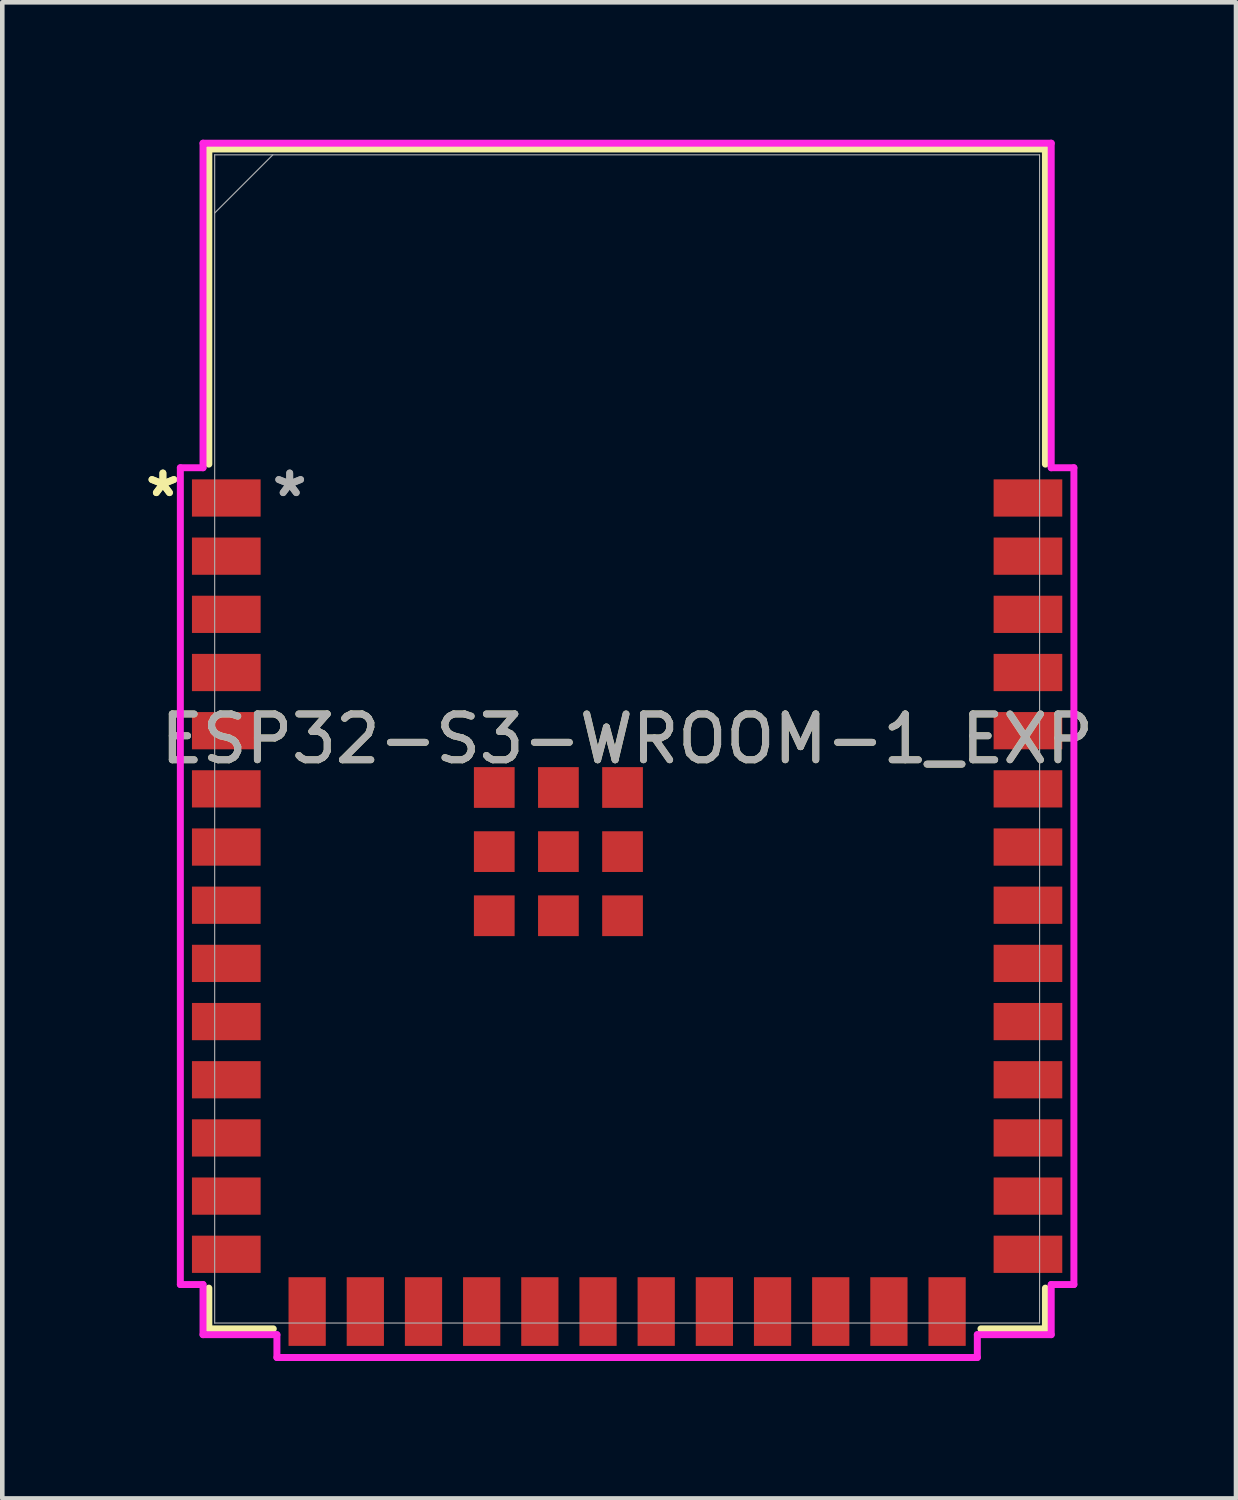
<source format=kicad_pcb>
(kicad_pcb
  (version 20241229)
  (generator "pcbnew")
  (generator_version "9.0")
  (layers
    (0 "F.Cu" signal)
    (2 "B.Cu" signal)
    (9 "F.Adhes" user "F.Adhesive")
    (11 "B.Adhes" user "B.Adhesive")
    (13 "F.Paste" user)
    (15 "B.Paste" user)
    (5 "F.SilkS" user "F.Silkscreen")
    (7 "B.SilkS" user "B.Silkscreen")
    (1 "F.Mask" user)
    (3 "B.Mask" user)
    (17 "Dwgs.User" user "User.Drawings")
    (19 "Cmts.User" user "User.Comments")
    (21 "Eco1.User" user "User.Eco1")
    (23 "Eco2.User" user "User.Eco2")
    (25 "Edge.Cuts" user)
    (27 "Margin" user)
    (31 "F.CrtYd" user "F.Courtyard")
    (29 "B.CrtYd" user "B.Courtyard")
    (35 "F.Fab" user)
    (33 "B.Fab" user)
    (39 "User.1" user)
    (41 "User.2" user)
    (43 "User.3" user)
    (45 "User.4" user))
  (footprint "ESP32-S3-WROOM-1_EXP"
    (layer "F.Cu")
    (at 10.64 13.081)
    (property "Reference" "ESP32-S3-WROOM-1_EXP" (at 0 0 0) (unlocked yes) (layer "F.SilkS") (effects (font (size 1 1) (thickness 0.15))))
    (attr smd)
    (fp_line (start -9.131 -12.878) (end -9.131 -5.999) (stroke (width 0.152) (type solid)) (layer "F.SilkS"))
    (fp_line (start -9.131 11.989) (end -9.131 12.878) (stroke (width 0.152) (type solid)) (layer "F.SilkS"))
    (fp_line (start -9.131 12.878) (end -7.724 12.878) (stroke (width 0.152) (type solid)) (layer "F.SilkS"))
    (fp_line (start 7.724 12.878) (end 9.131 12.878) (stroke (width 0.152) (type solid)) (layer "F.SilkS"))
    (fp_line (start 9.131 -12.878) (end -9.131 -12.878) (stroke (width 0.152) (type solid)) (layer "F.SilkS"))
    (fp_line (start 9.131 -5.999) (end 9.131 -12.878) (stroke (width 0.152) (type solid)) (layer "F.SilkS"))
    (fp_line (start 9.131 12.878) (end 9.131 11.989) (stroke (width 0.152) (type solid)) (layer "F.SilkS"))
    (fp_line (start -9.753 -5.92) (end -9.753 11.91) (stroke (width 0.152) (type solid)) (layer "F.CrtYd"))
    (fp_line (start -9.753 11.91) (end -9.258 11.91) (stroke (width 0.152) (type solid)) (layer "F.CrtYd"))
    (fp_line (start -9.258 -13.005) (end -9.258 -5.92) (stroke (width 0.152) (type solid)) (layer "F.CrtYd"))
    (fp_line (start -9.258 -5.92) (end -9.753 -5.92) (stroke (width 0.152) (type solid)) (layer "F.CrtYd"))
    (fp_line (start -9.258 11.91) (end -9.258 13.005) (stroke (width 0.152) (type solid)) (layer "F.CrtYd"))
    (fp_line (start -9.258 13.005) (end -7.645 13.005) (stroke (width 0.152) (type solid)) (layer "F.CrtYd"))
    (fp_line (start -7.645 13.005) (end -7.645 13.503) (stroke (width 0.152) (type solid)) (layer "F.CrtYd"))
    (fp_line (start -7.645 13.503) (end 7.645 13.503) (stroke (width 0.152) (type solid)) (layer "F.CrtYd"))
    (fp_line (start 7.645 13.005) (end 9.258 13.005) (stroke (width 0.152) (type solid)) (layer "F.CrtYd"))
    (fp_line (start 7.645 13.503) (end 7.645 13.005) (stroke (width 0.152) (type solid)) (layer "F.CrtYd"))
    (fp_line (start 9.258 -13.005) (end -9.258 -13.005) (stroke (width 0.152) (type solid)) (layer "F.CrtYd"))
    (fp_line (start 9.258 -5.92) (end 9.258 -13.005) (stroke (width 0.152) (type solid)) (layer "F.CrtYd"))
    (fp_line (start 9.258 11.91) (end 9.753 11.91) (stroke (width 0.152) (type solid)) (layer "F.CrtYd"))
    (fp_line (start 9.258 13.005) (end 9.258 11.91) (stroke (width 0.152) (type solid)) (layer "F.CrtYd"))
    (fp_line (start 9.753 -5.92) (end 9.258 -5.92) (stroke (width 0.152) (type solid)) (layer "F.CrtYd"))
    (fp_line (start 9.753 11.91) (end 9.753 -5.92) (stroke (width 0.152) (type solid)) (layer "F.CrtYd"))
    (fp_line (start -9.004 -12.751) (end -9.004 12.751) (stroke (width 0.025) (type solid)) (layer "F.Fab"))
    (fp_line (start -9.004 -11.481) (end -7.734 -12.751) (stroke (width 0.025) (type solid)) (layer "F.Fab"))
    (fp_line (start -9.004 12.751) (end 9.004 12.751) (stroke (width 0.025) (type solid)) (layer "F.Fab"))
    (fp_line (start 9.004 -12.751) (end -9.004 -12.751) (stroke (width 0.025) (type solid)) (layer "F.Fab"))
    (fp_line (start 9.004 12.751) (end 9.004 -12.751) (stroke (width 0.025) (type solid)) (layer "F.Fab"))
    (fp_text user "*" (at -10.134 -5.26 0) (layer "F.SilkS") (effects (font (size 1 1) (thickness 0.15))))
    (fp_text user "*" (at -10.134 -5.26 0) (unlocked yes) (layer "F.SilkS") (effects (font (size 1 1) (thickness 0.15))))
    (fp_text user "*" (at -7.366 -5.26 0) (layer "F.Fab") (effects (font (size 1 1) (thickness 0.15))))
    (fp_text user "${REFERENCE}" (at 0 0 0) (unlocked yes) (layer "F.Fab") (effects (font (size 1 1) (thickness 0.15))))
    (fp_text user "*" (at -7.366 -5.26 0) (unlocked yes) (layer "F.Fab") (effects (font (size 1 1) (thickness 0.15))))
    (pad "1" smd rect (at -8.75 -5.26) (size 1.499 0.813) (layers "F.Cu" "F.Mask" "F.Paste"))
    (pad "2" smd rect (at -8.75 -3.99) (size 1.499 0.813) (layers "F.Cu" "F.Mask" "F.Paste"))
    (pad "3" smd rect (at -8.75 -2.72) (size 1.499 0.813) (layers "F.Cu" "F.Mask" "F.Paste"))
    (pad "4" smd rect (at -8.75 -1.45) (size 1.499 0.813) (layers "F.Cu" "F.Mask" "F.Paste"))
    (pad "5" smd rect (at -8.75 -0.18) (size 1.499 0.813) (layers "F.Cu" "F.Mask" "F.Paste"))
    (pad "6" smd rect (at -8.75 1.09) (size 1.499 0.813) (layers "F.Cu" "F.Mask" "F.Paste"))
    (pad "7" smd rect (at -8.75 2.36) (size 1.499 0.813) (layers "F.Cu" "F.Mask" "F.Paste"))
    (pad "8" smd rect (at -8.75 3.63) (size 1.499 0.813) (layers "F.Cu" "F.Mask" "F.Paste"))
    (pad "9" smd rect (at -8.75 4.9) (size 1.499 0.813) (layers "F.Cu" "F.Mask" "F.Paste"))
    (pad "10" smd rect (at -8.75 6.17) (size 1.499 0.813) (layers "F.Cu" "F.Mask" "F.Paste"))
    (pad "11" smd rect (at -8.75 7.44) (size 1.499 0.813) (layers "F.Cu" "F.Mask" "F.Paste"))
    (pad "12" smd rect (at -8.75 8.71) (size 1.499 0.813) (layers "F.Cu" "F.Mask" "F.Paste"))
    (pad "13" smd rect (at -8.75 9.98) (size 1.499 0.813) (layers "F.Cu" "F.Mask" "F.Paste"))
    (pad "14" smd rect (at -8.75 11.25) (size 1.499 0.813) (layers "F.Cu" "F.Mask" "F.Paste"))
    (pad "15" smd rect (at -6.985 12.5 90) (size 1.499 0.813) (layers "F.Cu" "F.Mask" "F.Paste"))
    (pad "16" smd rect (at -5.715 12.5 90) (size 1.499 0.813) (layers "F.Cu" "F.Mask" "F.Paste"))
    (pad "17" smd rect (at -4.445 12.5 90) (size 1.499 0.813) (layers "F.Cu" "F.Mask" "F.Paste"))
    (pad "18" smd rect (at -3.175 12.5 90) (size 1.499 0.813) (layers "F.Cu" "F.Mask" "F.Paste"))
    (pad "19" smd rect (at -1.905 12.5 90) (size 1.499 0.813) (layers "F.Cu" "F.Mask" "F.Paste"))
    (pad "20" smd rect (at -0.635 12.5 90) (size 1.499 0.813) (layers "F.Cu" "F.Mask" "F.Paste"))
    (pad "21" smd rect (at 0.635 12.5 90) (size 1.499 0.813) (layers "F.Cu" "F.Mask" "F.Paste"))
    (pad "22" smd rect (at 1.905 12.5 90) (size 1.499 0.813) (layers "F.Cu" "F.Mask" "F.Paste"))
    (pad "23" smd rect (at 3.175 12.5 90) (size 1.499 0.813) (layers "F.Cu" "F.Mask" "F.Paste"))
    (pad "24" smd rect (at 4.445 12.5 90) (size 1.499 0.813) (layers "F.Cu" "F.Mask" "F.Paste"))
    (pad "25" smd rect (at 5.715 12.5 90) (size 1.499 0.813) (layers "F.Cu" "F.Mask" "F.Paste"))
    (pad "26" smd rect (at 6.985 12.5 90) (size 1.499 0.813) (layers "F.Cu" "F.Mask" "F.Paste"))
    (pad "27" smd rect (at 8.75 11.25) (size 1.499 0.813) (layers "F.Cu" "F.Mask" "F.Paste"))
    (pad "28" smd rect (at 8.75 9.98) (size 1.499 0.813) (layers "F.Cu" "F.Mask" "F.Paste"))
    (pad "29" smd rect (at 8.75 8.71) (size 1.499 0.813) (layers "F.Cu" "F.Mask" "F.Paste"))
    (pad "30" smd rect (at 8.75 7.44) (size 1.499 0.813) (layers "F.Cu" "F.Mask" "F.Paste"))
    (pad "31" smd rect (at 8.75 6.17) (size 1.499 0.813) (layers "F.Cu" "F.Mask" "F.Paste"))
    (pad "32" smd rect (at 8.75 4.9) (size 1.499 0.813) (layers "F.Cu" "F.Mask" "F.Paste"))
    (pad "33" smd rect (at 8.75 3.63) (size 1.499 0.813) (layers "F.Cu" "F.Mask" "F.Paste"))
    (pad "34" smd rect (at 8.75 2.36) (size 1.499 0.813) (layers "F.Cu" "F.Mask" "F.Paste"))
    (pad "35" smd rect (at 8.75 1.09) (size 1.499 0.813) (layers "F.Cu" "F.Mask" "F.Paste"))
    (pad "36" smd rect (at 8.75 -0.18) (size 1.499 0.813) (layers "F.Cu" "F.Mask" "F.Paste"))
    (pad "37" smd rect (at 8.75 -1.45) (size 1.499 0.813) (layers "F.Cu" "F.Mask" "F.Paste"))
    (pad "38" smd rect (at 8.75 -2.72) (size 1.499 0.813) (layers "F.Cu" "F.Mask" "F.Paste"))
    (pad "39" smd rect (at 8.75 -3.99) (size 1.499 0.813) (layers "F.Cu" "F.Mask" "F.Paste"))
    (pad "40" smd rect (at 8.75 -5.26) (size 1.499 0.813) (layers "F.Cu" "F.Mask" "F.Paste"))
    (pad "41" smd rect (at -1.5 2.46) (size 0.889 0.889) (layers "F.Cu" "F.Mask" "F.Paste"))
    (pad "42" smd rect (at -2.9 1.06) (size 0.889 0.889) (layers "F.Cu" "F.Mask" "F.Paste"))
    (pad "43" smd rect (at -2.9 2.46) (size 0.889 0.889) (layers "F.Cu" "F.Mask" "F.Paste"))
    (pad "44" smd rect (at -2.9 3.86) (size 0.889 0.889) (layers "F.Cu" "F.Mask" "F.Paste"))
    (pad "45" smd rect (at -1.5 3.86) (size 0.889 0.889) (layers "F.Cu" "F.Mask" "F.Paste"))
    (pad "46" smd rect (at -0.1 3.86) (size 0.889 0.889) (layers "F.Cu" "F.Mask" "F.Paste"))
    (pad "47" smd rect (at -0.1 2.46) (size 0.889 0.889) (layers "F.Cu" "F.Mask" "F.Paste"))
    (pad "48" smd rect (at -0.1 1.06) (size 0.889 0.889) (layers "F.Cu" "F.Mask" "F.Paste"))
    (pad "49" smd rect (at -1.5 1.06) (size 0.889 0.889) (layers "F.Cu" "F.Mask" "F.Paste"))
    (zone (net_name "") (layer "F.Cu") (hatch full 0.508) (connect_pads) (min_thickness 0.254) (filled_areas_thickness no) (keepout (tracks not_allowed) (vias not_allowed) (pads allowed) (copperpour not_allowed) (footprints allowed)) (placement (enabled no)) (fill) (polygon (pts (xy 1.636 0.33) (xy 1.636 6.325) (xy 19.645 6.325) (xy 19.645 0.33)))))
  (gr_rect
    (start -3 -3)
    (end 23.932 29.66)
    (stroke (width 0.1) (type default))
    (fill no)
    (layer "Edge.Cuts")))
</source>
